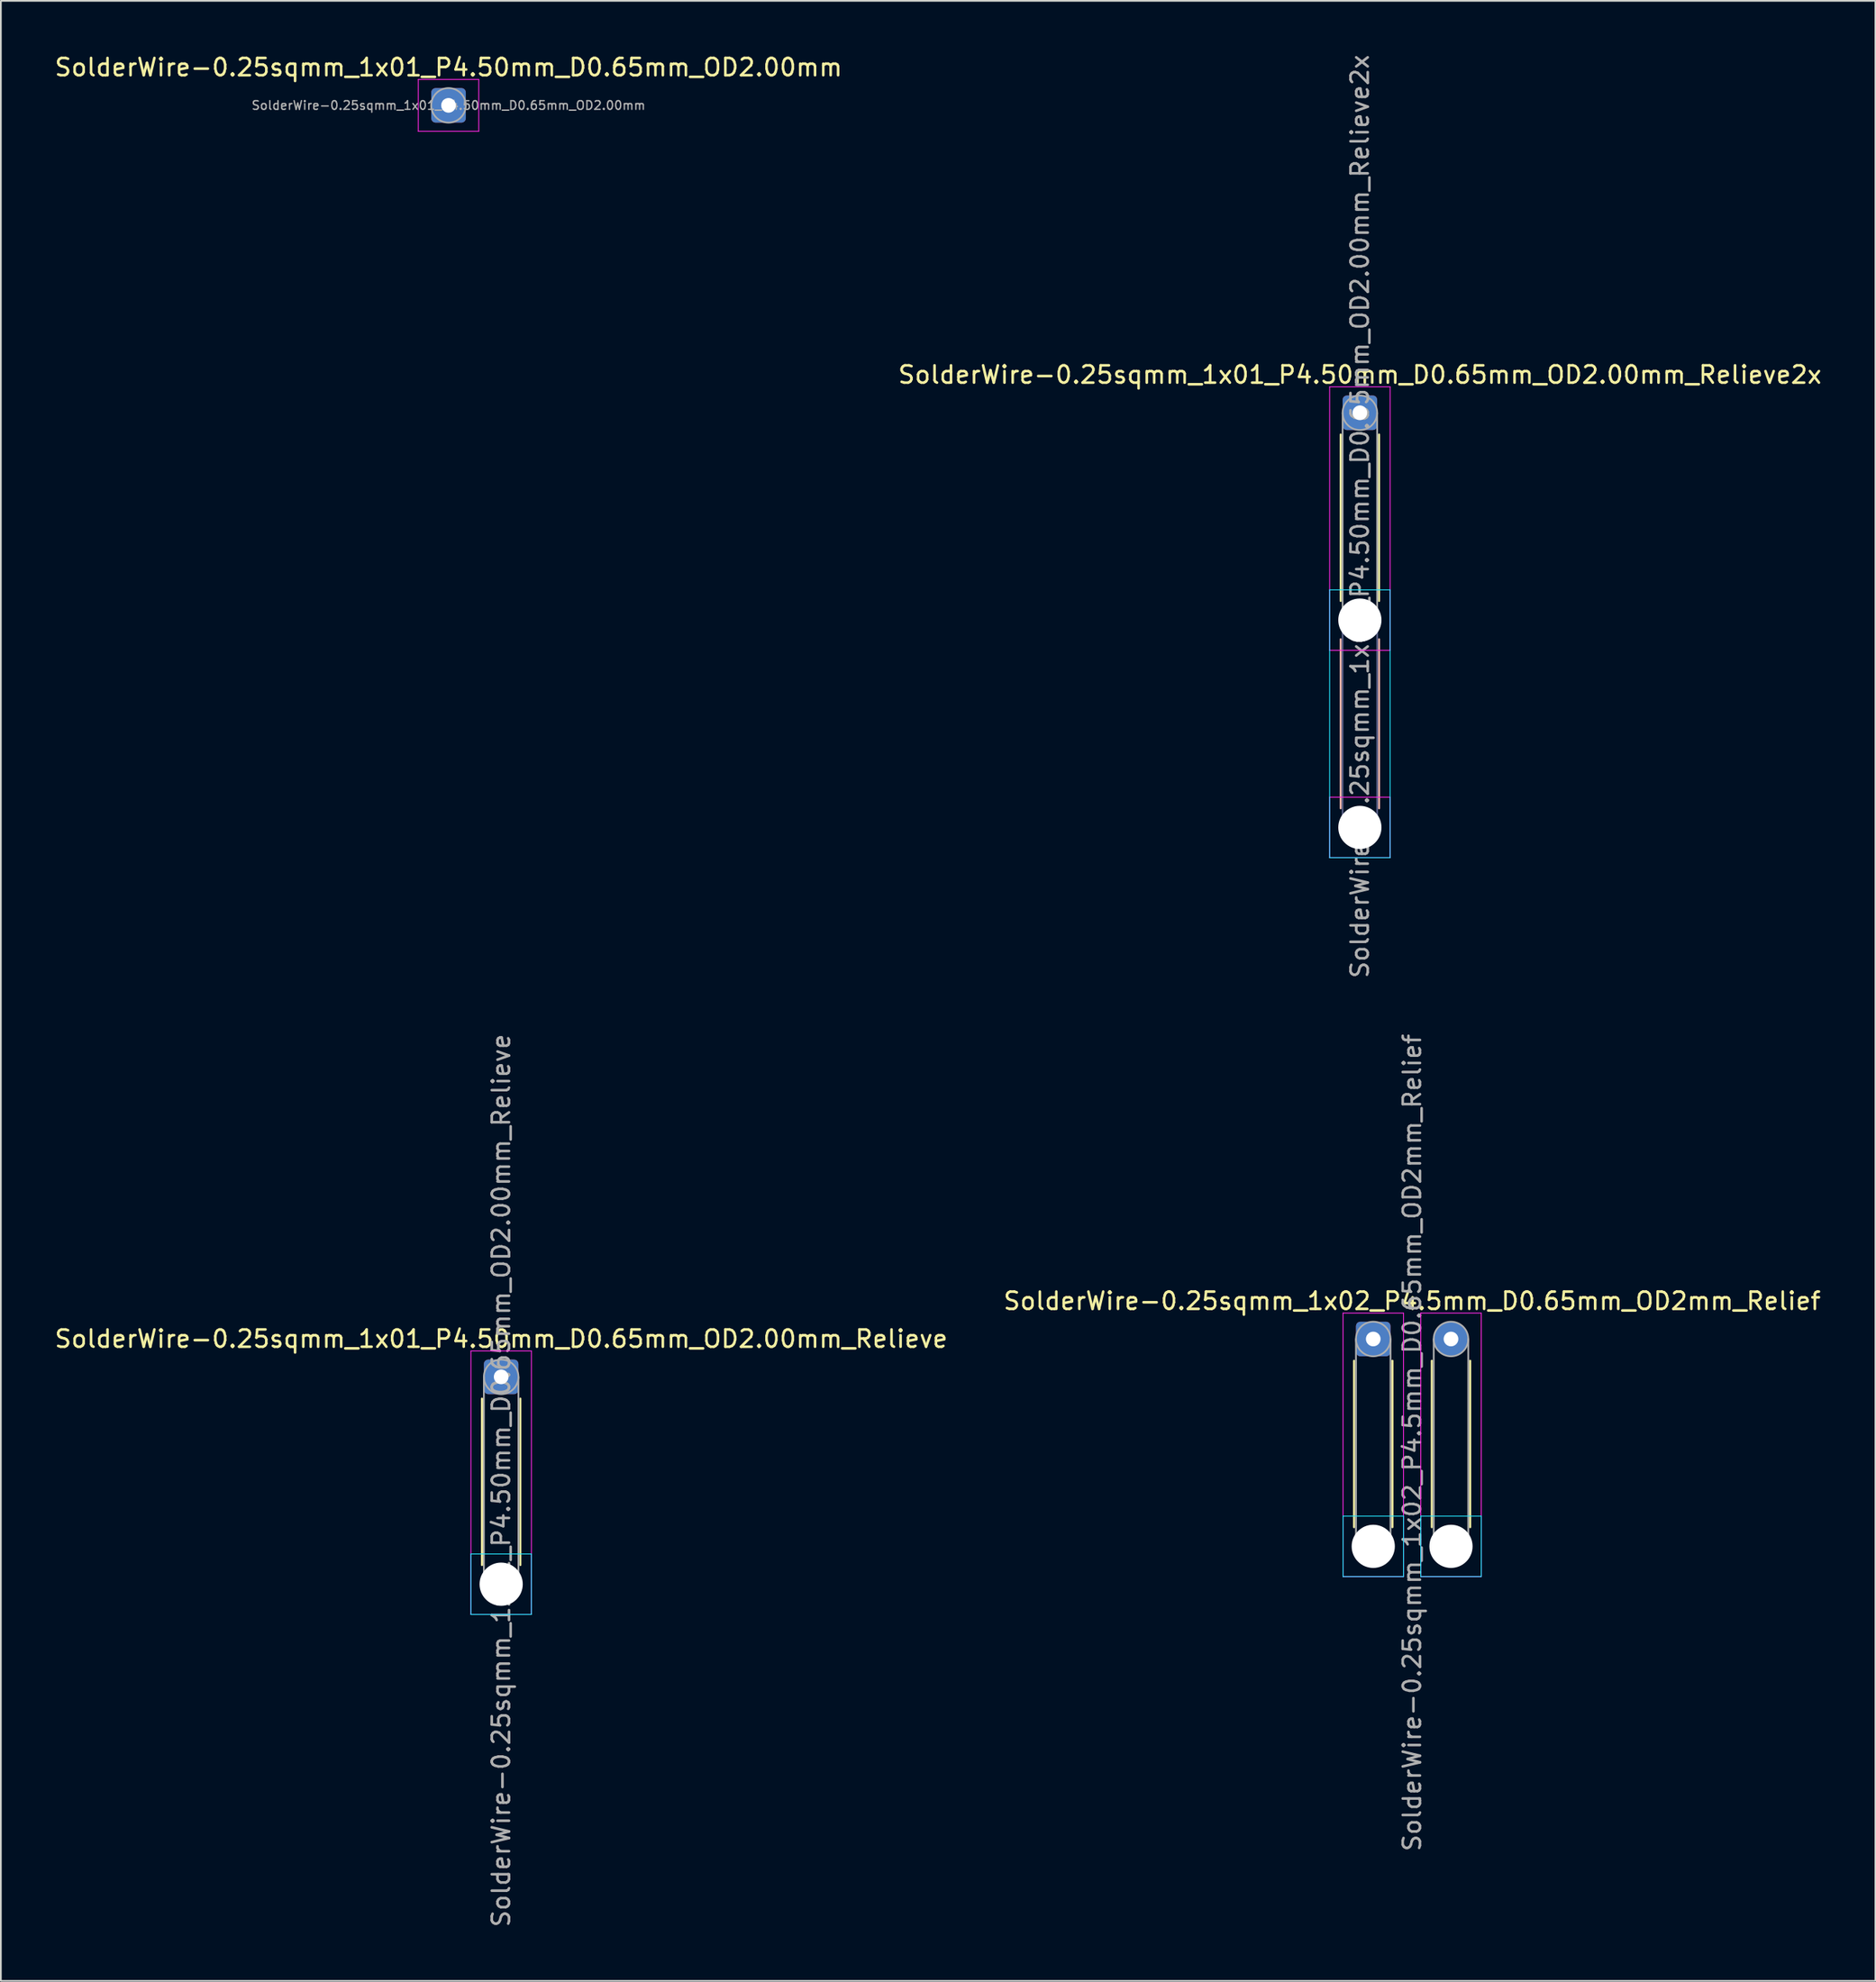
<source format=kicad_pcb>
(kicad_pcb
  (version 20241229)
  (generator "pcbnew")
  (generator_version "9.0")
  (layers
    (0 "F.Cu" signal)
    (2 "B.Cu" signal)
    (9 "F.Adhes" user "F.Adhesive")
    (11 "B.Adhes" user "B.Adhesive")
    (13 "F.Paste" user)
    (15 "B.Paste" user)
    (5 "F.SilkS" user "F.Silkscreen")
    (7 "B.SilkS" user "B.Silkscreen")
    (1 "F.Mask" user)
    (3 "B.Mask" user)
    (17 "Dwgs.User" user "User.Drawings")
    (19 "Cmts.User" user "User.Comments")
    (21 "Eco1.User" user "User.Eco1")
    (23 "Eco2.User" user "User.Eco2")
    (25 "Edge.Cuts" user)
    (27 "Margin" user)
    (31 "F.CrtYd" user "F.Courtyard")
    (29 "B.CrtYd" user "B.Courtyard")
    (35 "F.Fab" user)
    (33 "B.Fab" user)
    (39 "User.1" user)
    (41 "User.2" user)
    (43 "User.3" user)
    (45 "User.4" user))
  (footprint "SolderWire-0.25sqmm_1x02_P4.5mm_D0.65mm_OD2mm_Relief"
    (layer "F.Cu")
    (at 76.435 74.446)
    (property "Reference" "SolderWire-0.25sqmm_1x02_P4.5mm_D0.65mm_OD2mm_Relief" (at 2.25 -2.2 0) (layer "F.SilkS") (effects (font (size 1 1) (thickness 0.15))))
    (attr exclude_from_pos_files exclude_from_bom)
    (fp_line (start -1.11 1.26) (end -1.11 10.89) (stroke (width 0.12) (type solid)) (layer "F.SilkS"))
    (fp_line (start 1.11 1.26) (end 1.11 10.89) (stroke (width 0.12) (type solid)) (layer "F.SilkS"))
    (fp_line (start 3.39 1.26) (end 3.39 10.89) (stroke (width 0.12) (type solid)) (layer "F.SilkS"))
    (fp_line (start 5.61 1.26) (end 5.61 10.89) (stroke (width 0.12) (type solid)) (layer "F.SilkS"))
    (fp_line (start -1.75 10.25) (end -1.75 13.75) (stroke (width 0.05) (type solid)) (layer "B.CrtYd"))
    (fp_line (start -1.75 13.75) (end 1.75 13.75) (stroke (width 0.05) (type solid)) (layer "B.CrtYd"))
    (fp_line (start 1.75 10.25) (end -1.75 10.25) (stroke (width 0.05) (type solid)) (layer "B.CrtYd"))
    (fp_line (start 1.75 13.75) (end 1.75 10.25) (stroke (width 0.05) (type solid)) (layer "B.CrtYd"))
    (fp_line (start 2.75 10.25) (end 2.75 13.75) (stroke (width 0.05) (type solid)) (layer "B.CrtYd"))
    (fp_line (start 2.75 13.75) (end 6.25 13.75) (stroke (width 0.05) (type solid)) (layer "B.CrtYd"))
    (fp_line (start 6.25 10.25) (end 2.75 10.25) (stroke (width 0.05) (type solid)) (layer "B.CrtYd"))
    (fp_line (start 6.25 13.75) (end 6.25 10.25) (stroke (width 0.05) (type solid)) (layer "B.CrtYd"))
    (fp_line (start -1.75 -1.5) (end -1.75 13.75) (stroke (width 0.05) (type solid)) (layer "F.CrtYd"))
    (fp_line (start -1.75 13.75) (end 1.75 13.75) (stroke (width 0.05) (type solid)) (layer "F.CrtYd"))
    (fp_line (start 1.75 -1.5) (end -1.75 -1.5) (stroke (width 0.05) (type solid)) (layer "F.CrtYd"))
    (fp_line (start 1.75 13.75) (end 1.75 -1.5) (stroke (width 0.05) (type solid)) (layer "F.CrtYd"))
    (fp_line (start 2.75 -1.5) (end 2.75 13.75) (stroke (width 0.05) (type solid)) (layer "F.CrtYd"))
    (fp_line (start 2.75 13.75) (end 6.25 13.75) (stroke (width 0.05) (type solid)) (layer "F.CrtYd"))
    (fp_line (start 6.25 -1.5) (end 2.75 -1.5) (stroke (width 0.05) (type solid)) (layer "F.CrtYd"))
    (fp_line (start 6.25 13.75) (end 6.25 -1.5) (stroke (width 0.05) (type solid)) (layer "F.CrtYd"))
    (fp_line (start -1 0) (end -1 12) (stroke (width 0.1) (type solid)) (layer "F.Fab"))
    (fp_line (start 1 0) (end 1 12) (stroke (width 0.1) (type solid)) (layer "F.Fab"))
    (fp_line (start 3.5 0) (end 3.5 12) (stroke (width 0.1) (type solid)) (layer "F.Fab"))
    (fp_line (start 5.5 0) (end 5.5 12) (stroke (width 0.1) (type solid)) (layer "F.Fab"))
    (fp_circle (center 0 0) (end 1 0) (stroke (width 0.1) (type solid)) (fill no) (layer "F.Fab"))
    (fp_circle (center 0 12) (end 1 12) (stroke (width 0.1) (type solid)) (fill no) (layer "F.Fab"))
    (fp_circle (center 4.5 0) (end 5.5 0) (stroke (width 0.1) (type solid)) (fill no) (layer "F.Fab"))
    (fp_circle (center 4.5 12) (end 5.5 12) (stroke (width 0.1) (type solid)) (fill no) (layer "F.Fab"))
    (fp_text user "${REFERENCE}" (at 2.25 6 90) (layer "F.Fab") (effects (font (size 1 1) (thickness 0.15))))
    (pad "" np_thru_hole circle (at 0 12) (size 2.5 2.5) (drill 2.5) (layers "*.Cu" "*.Mask"))
    (pad "" np_thru_hole circle (at 4.5 12) (size 2.5 2.5) (drill 2.5) (layers "*.Cu" "*.Mask"))
    (pad "1" thru_hole roundrect (at 0 0) (size 2 2) (drill 0.85) (layers "*.Cu" "*.Mask") (roundrect_rratio 0.125))
    (pad "2" thru_hole circle (at 4.5 0) (size 2 2) (drill 0.85) (layers "*.Cu" "*.Mask")))
  (footprint "SolderWire-0.25sqmm_1x01_P4.50mm_D0.65mm_OD2.00mm_Relieve2x"
    (layer "F.Cu")
    (at 75.661 20.839)
    (property "Reference" "SolderWire-0.25sqmm_1x01_P4.50mm_D0.65mm_OD2.00mm_Relieve2x" (at 0 -2.2 0) (layer "F.SilkS") (effects (font (size 1 1) (thickness 0.15))))
    (attr exclude_from_pos_files exclude_from_bom)
    (fp_line (start -1.11 1.26) (end -1.11 10.89) (stroke (width 0.12) (type solid)) (layer "F.SilkS"))
    (fp_line (start 1.11 1.26) (end 1.11 10.89) (stroke (width 0.12) (type solid)) (layer "F.SilkS"))
    (fp_line (start -1.11 13.11) (end -1.11 22.89) (stroke (width 0.12) (type solid)) (layer "B.SilkS"))
    (fp_line (start 1.11 13.11) (end 1.11 22.89) (stroke (width 0.12) (type solid)) (layer "B.SilkS"))
    (fp_line (start -1.75 10.25) (end -1.75 25.75) (stroke (width 0.05) (type solid)) (layer "B.CrtYd"))
    (fp_line (start -1.75 25.75) (end 1.75 25.75) (stroke (width 0.05) (type solid)) (layer "B.CrtYd"))
    (fp_line (start 1.75 10.25) (end -1.75 10.25) (stroke (width 0.05) (type solid)) (layer "B.CrtYd"))
    (fp_line (start 1.75 25.75) (end 1.75 10.25) (stroke (width 0.05) (type solid)) (layer "B.CrtYd"))
    (fp_line (start -1.75 -1.5) (end -1.75 13.75) (stroke (width 0.05) (type solid)) (layer "F.CrtYd"))
    (fp_line (start -1.75 13.75) (end 1.75 13.75) (stroke (width 0.05) (type solid)) (layer "F.CrtYd"))
    (fp_line (start -1.75 22.25) (end -1.75 25.75) (stroke (width 0.05) (type solid)) (layer "F.CrtYd"))
    (fp_line (start -1.75 25.75) (end 1.75 25.75) (stroke (width 0.05) (type solid)) (layer "F.CrtYd"))
    (fp_line (start 1.75 -1.5) (end -1.75 -1.5) (stroke (width 0.05) (type solid)) (layer "F.CrtYd"))
    (fp_line (start 1.75 13.75) (end 1.75 -1.5) (stroke (width 0.05) (type solid)) (layer "F.CrtYd"))
    (fp_line (start 1.75 22.25) (end -1.75 22.25) (stroke (width 0.05) (type solid)) (layer "F.CrtYd"))
    (fp_line (start 1.75 25.75) (end 1.75 22.25) (stroke (width 0.05) (type solid)) (layer "F.CrtYd"))
    (fp_line (start -1 12) (end -1 24) (stroke (width 0.1) (type solid)) (layer "B.Fab"))
    (fp_line (start 1 12) (end 1 24) (stroke (width 0.1) (type solid)) (layer "B.Fab"))
    (fp_circle (center 0 12) (end 1 12) (stroke (width 0.1) (type solid)) (fill no) (layer "B.Fab"))
    (fp_circle (center 0 24) (end 1 24) (stroke (width 0.1) (type solid)) (fill no) (layer "B.Fab"))
    (fp_line (start -1 0) (end -1 12) (stroke (width 0.1) (type solid)) (layer "F.Fab"))
    (fp_line (start 1 0) (end 1 12) (stroke (width 0.1) (type solid)) (layer "F.Fab"))
    (fp_circle (center 0 0) (end 1 0) (stroke (width 0.1) (type solid)) (fill no) (layer "F.Fab"))
    (fp_circle (center 0 12) (end 1 12) (stroke (width 0.1) (type solid)) (fill no) (layer "F.Fab"))
    (fp_circle (center 0 24) (end 1 24) (stroke (width 0.1) (type solid)) (fill no) (layer "F.Fab"))
    (fp_text user "${REFERENCE}" (at 0 6 90) (layer "F.Fab") (effects (font (size 1 1) (thickness 0.15))))
    (pad "" np_thru_hole circle (at 0 12) (size 2.5 2.5) (drill 2.5) (layers "*.Cu" "*.Mask"))
    (pad "" np_thru_hole circle (at 0 24) (size 2.5 2.5) (drill 2.5) (layers "*.Cu" "*.Mask"))
    (pad "1" thru_hole roundrect (at 0 0) (size 2 2) (drill 0.85) (layers "*.Cu" "*.Mask") (roundrect_rratio 0.125)))
  (footprint "SolderWire-0.25sqmm_1x01_P4.50mm_D0.65mm_OD2.00mm"
    (layer "F.Cu")
    (at 22.911 3.048)
    (property "Reference" "SolderWire-0.25sqmm_1x01_P4.50mm_D0.65mm_OD2.00mm" (at 0 -2.2 0) (layer "F.SilkS") (effects (font (size 1 1) (thickness 0.15))))
    (attr exclude_from_pos_files exclude_from_bom)
    (fp_line (start -1.75 -1.5) (end -1.75 1.5) (stroke (width 0.05) (type solid)) (layer "F.CrtYd"))
    (fp_line (start -1.75 1.5) (end 1.75 1.5) (stroke (width 0.05) (type solid)) (layer "F.CrtYd"))
    (fp_line (start 1.75 -1.5) (end -1.75 -1.5) (stroke (width 0.05) (type solid)) (layer "F.CrtYd"))
    (fp_line (start 1.75 1.5) (end 1.75 -1.5) (stroke (width 0.05) (type solid)) (layer "F.CrtYd"))
    (fp_circle (center 0 0) (end 1 0) (stroke (width 0.1) (type solid)) (fill no) (layer "F.Fab"))
    (fp_text user "${REFERENCE}" (at 0 0 0) (layer "F.Fab") (effects (font (size 0.5 0.5) (thickness 0.08))))
    (pad "1" thru_hole roundrect (at 0 0) (size 2 2) (drill 0.85) (layers "*.Cu" "*.Mask") (roundrect_rratio 0.125)))
  (footprint "SolderWire-0.25sqmm_1x01_P4.50mm_D0.65mm_OD2.00mm_Relieve"
    (layer "F.Cu")
    (at 25.958 76.637)
    (property "Reference" "SolderWire-0.25sqmm_1x01_P4.50mm_D0.65mm_OD2.00mm_Relieve" (at 0 -2.2 0) (layer "F.SilkS") (effects (font (size 1 1) (thickness 0.15))))
    (attr exclude_from_pos_files exclude_from_bom)
    (fp_line (start -1.11 1.26) (end -1.11 10.89) (stroke (width 0.12) (type solid)) (layer "F.SilkS"))
    (fp_line (start 1.11 1.26) (end 1.11 10.89) (stroke (width 0.12) (type solid)) (layer "F.SilkS"))
    (fp_line (start -1.75 10.25) (end -1.75 13.75) (stroke (width 0.05) (type solid)) (layer "B.CrtYd"))
    (fp_line (start -1.75 13.75) (end 1.75 13.75) (stroke (width 0.05) (type solid)) (layer "B.CrtYd"))
    (fp_line (start 1.75 10.25) (end -1.75 10.25) (stroke (width 0.05) (type solid)) (layer "B.CrtYd"))
    (fp_line (start 1.75 13.75) (end 1.75 10.25) (stroke (width 0.05) (type solid)) (layer "B.CrtYd"))
    (fp_line (start -1.75 -1.5) (end -1.75 13.75) (stroke (width 0.05) (type solid)) (layer "F.CrtYd"))
    (fp_line (start -1.75 13.75) (end 1.75 13.75) (stroke (width 0.05) (type solid)) (layer "F.CrtYd"))
    (fp_line (start 1.75 -1.5) (end -1.75 -1.5) (stroke (width 0.05) (type solid)) (layer "F.CrtYd"))
    (fp_line (start 1.75 13.75) (end 1.75 -1.5) (stroke (width 0.05) (type solid)) (layer "F.CrtYd"))
    (fp_line (start -1 0) (end -1 12) (stroke (width 0.1) (type solid)) (layer "F.Fab"))
    (fp_line (start 1 0) (end 1 12) (stroke (width 0.1) (type solid)) (layer "F.Fab"))
    (fp_circle (center 0 0) (end 1 0) (stroke (width 0.1) (type solid)) (fill no) (layer "F.Fab"))
    (fp_circle (center 0 12) (end 1 12) (stroke (width 0.1) (type solid)) (fill no) (layer "F.Fab"))
    (fp_text user "${REFERENCE}" (at 0 6 90) (layer "F.Fab") (effects (font (size 1 1) (thickness 0.15))))
    (pad "" np_thru_hole circle (at 0 12) (size 2.5 2.5) (drill 2.5) (layers "*.Cu" "*.Mask"))
    (pad "1" thru_hole roundrect (at 0 0) (size 2 2) (drill 0.85) (layers "*.Cu" "*.Mask") (roundrect_rratio 0.125)))
  (gr_rect
    (start -3 -3)
    (end 105.5 111.595)
    (stroke (width 0.1) (type default))
    (fill no)
    (layer "Edge.Cuts")))
</source>
